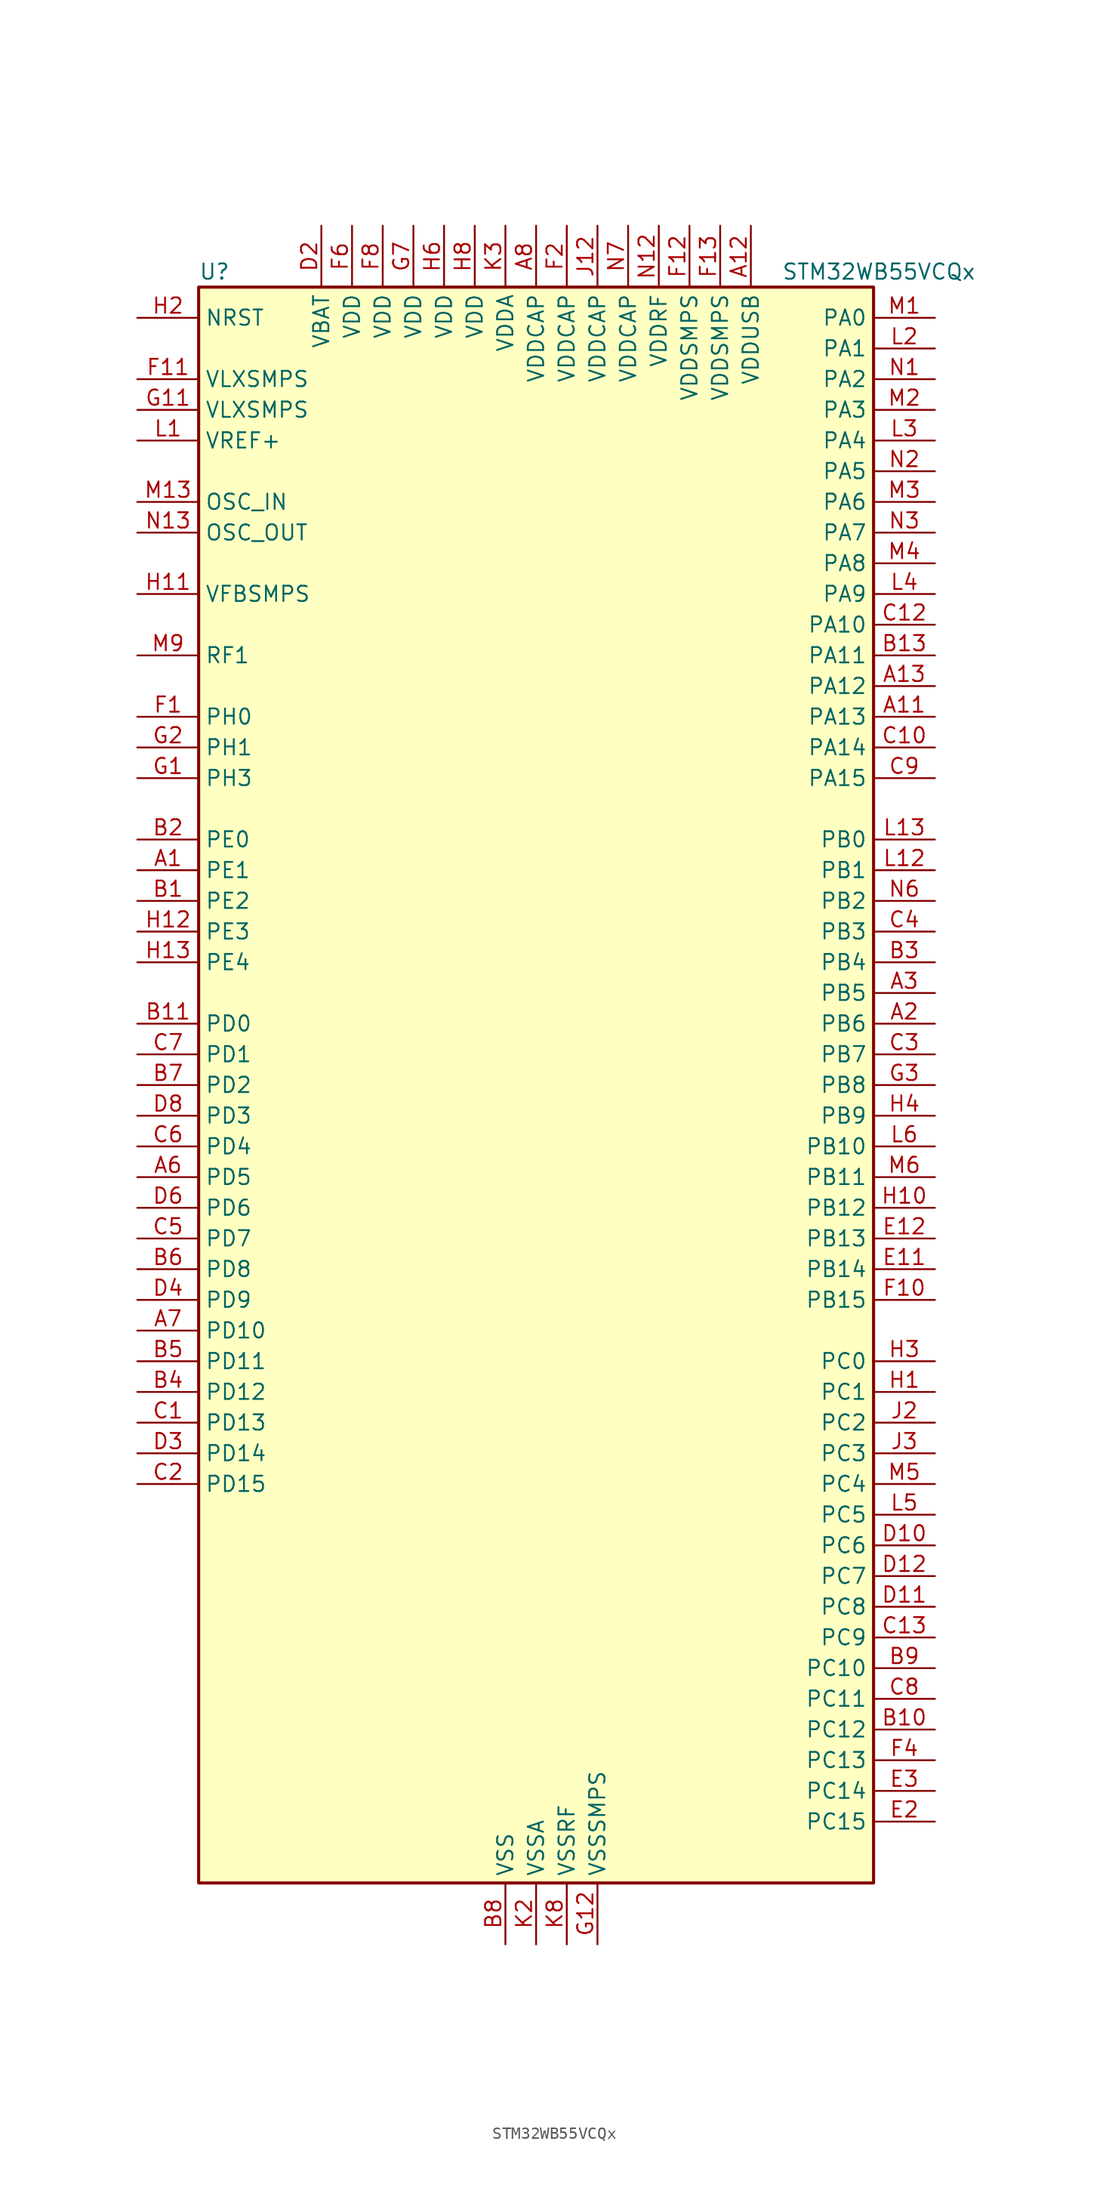
<source format=kicad_sym>
(kicad_symbol_lib
  (version 20220914)
  (generator kicad_symbol_editor)
  (symbol "STM32WB55VCQx"
    (property "Reference" "U"
      (at -27.94 67.31 0)
      (effects (font (size 1.27 1.27)) (justify left)))
    (property "Value" "STM32WB55VCQx"
      (at 20.32 67.31 0)
      (effects (font (size 1.27 1.27)) (justify left)))
    (property "ki_locked" ""
      (at 0 0 0)
      (effects (font (size 1.27 1.27))))
    (symbol "STM32WB55VCQx_0_1"
      (rectangle (start -27.94 -66.04) (end 27.94 66.04) (stroke (width 0.254) (type default)) (fill (type background))))
    (symbol "STM32WB55VCQx_1_1"
      (pin bidirectional line (at -33.02 17.78 0) (length 5.08) (name "PE1" (effects (font (size 1.27 1.27)))) (number "A1" (effects (font (size 1.27 1.27)))) (alternate "LCD_SEG37" bidirectional line) (alternate "TIM17_CH1" bidirectional line) (alternate "TSC_G7_IO2" bidirectional line))
      (pin bidirectional line (at 33.02 30.48 180) (length 5.08) (name "PA13" (effects (font (size 1.27 1.27)))) (number "A11" (effects (font (size 1.27 1.27)))) (alternate "IR_OUT" bidirectional line) (alternate "SAI1_SD_B" bidirectional line) (alternate "SYS_JTMS-SWDIO" bidirectional line) (alternate "USB_NOE" bidirectional line))
      (pin power_in line (at 17.78 71.12 270) (length 5.08) (name "VDDUSB" (effects (font (size 1.27 1.27)))) (number "A12" (effects (font (size 1.27 1.27)))))
      (pin bidirectional line (at 33.02 33.02 180) (length 5.08) (name "PA12" (effects (font (size 1.27 1.27)))) (number "A13" (effects (font (size 1.27 1.27)))) (alternate "LPUART1_RX" bidirectional line) (alternate "SPI1_MOSI" bidirectional line) (alternate "TIM1_ETR" bidirectional line) (alternate "USART1_DE" bidirectional line) (alternate "USART1_RTS" bidirectional line) (alternate "USB_DP" bidirectional line))
      (pin bidirectional line (at 33.02 5.08 180) (length 5.08) (name "PB6" (effects (font (size 1.27 1.27)))) (number "A2" (effects (font (size 1.27 1.27)))) (alternate "COMP2_INP" bidirectional line) (alternate "I2C1_SCL" bidirectional line) (alternate "LCD_SEG6" bidirectional line) (alternate "LPTIM1_ETR" bidirectional line) (alternate "RCC_MCO" bidirectional line) (alternate "SAI1_FS_B" bidirectional line) (alternate "TIM16_CH1N" bidirectional line) (alternate "TSC_G2_IO3" bidirectional line) (alternate "USART1_TX" bidirectional line))
      (pin bidirectional line (at 33.02 7.62 180) (length 5.08) (name "PB5" (effects (font (size 1.27 1.27)))) (number "A3" (effects (font (size 1.27 1.27)))) (alternate "COMP2_OUT" bidirectional line) (alternate "I2C1_SMBA" bidirectional line) (alternate "LCD_SEG9" bidirectional line) (alternate "LPTIM1_IN1" bidirectional line) (alternate "LPUART1_TX" bidirectional line) (alternate "SAI1_SD_B" bidirectional line) (alternate "SPI1_MOSI" bidirectional line) (alternate "TIM16_BKIN" bidirectional line) (alternate "TSC_G2_IO2" bidirectional line) (alternate "USART1_CK" bidirectional line))
      (pin bidirectional line (at -33.02 -7.62 0) (length 5.08) (name "PD5" (effects (font (size 1.27 1.27)))) (number "A6" (effects (font (size 1.27 1.27)))) (alternate "QUADSPI_BK1_IO1" bidirectional line) (alternate "SAI1_MCLK_B" bidirectional line) (alternate "TSC_G5_IO2" bidirectional line))
      (pin bidirectional line (at -33.02 -20.32 0) (length 5.08) (name "PD10" (effects (font (size 1.27 1.27)))) (number "A7" (effects (font (size 1.27 1.27)))) (alternate "LCD_SEG30" bidirectional line) (alternate "SYS_TRIG_INOUT" bidirectional line) (alternate "TSC_G6_IO1" bidirectional line))
      (pin power_in line (at 0 71.12 270) (length 5.08) (name "VDDCAP" (effects (font (size 1.27 1.27)))) (number "A8" (effects (font (size 1.27 1.27)))))
      (pin bidirectional line (at -33.02 15.24 0) (length 5.08) (name "PE2" (effects (font (size 1.27 1.27)))) (number "B1" (effects (font (size 1.27 1.27)))) (alternate "LCD_SEG38" bidirectional line) (alternate "SAI1_CK1" bidirectional line) (alternate "SAI1_MCLK_A" bidirectional line) (alternate "SYS_TRACECLK" bidirectional line) (alternate "TSC_G7_IO1" bidirectional line))
      (pin bidirectional line (at 33.02 -53.34 180) (length 5.08) (name "PC12" (effects (font (size 1.27 1.27)))) (number "B10" (effects (font (size 1.27 1.27)))) (alternate "LCD_COM6" bidirectional line) (alternate "LCD_SEG30" bidirectional line) (alternate "LCD_SEG42" bidirectional line) (alternate "RCC_LSCO" bidirectional line) (alternate "RTC_TAMP3" bidirectional line) (alternate "SYS_TRACED3" bidirectional line) (alternate "SYS_WKUP3" bidirectional line) (alternate "TSC_G3_IO4" bidirectional line))
      (pin bidirectional line (at -33.02 5.08 0) (length 5.08) (name "PD0" (effects (font (size 1.27 1.27)))) (number "B11" (effects (font (size 1.27 1.27)))) (alternate "SPI2_NSS" bidirectional line))
      (pin passive line (at -2.54 -71.12 90) (length 5.08) hide (name "VSS" (effects (font (size 1.27 1.27)))) (number "B12" (effects (font (size 1.27 1.27)))))
      (pin bidirectional line (at 33.02 35.56 180) (length 5.08) (name "PA11" (effects (font (size 1.27 1.27)))) (number "B13" (effects (font (size 1.27 1.27)))) (alternate "ADC1_EXTI11" bidirectional line) (alternate "SPI1_MISO" bidirectional line) (alternate "TIM1_BKIN2" bidirectional line) (alternate "TIM1_CH4" bidirectional line) (alternate "USART1_CTS" bidirectional line) (alternate "USART1_NSS" bidirectional line) (alternate "USB_DM" bidirectional line))
      (pin bidirectional line (at -33.02 20.32 0) (length 5.08) (name "PE0" (effects (font (size 1.27 1.27)))) (number "B2" (effects (font (size 1.27 1.27)))) (alternate "LCD_SEG36" bidirectional line) (alternate "TIM16_CH1" bidirectional line) (alternate "TIM1_ETR" bidirectional line) (alternate "TSC_G7_IO3" bidirectional line))
      (pin bidirectional line (at 33.02 10.16 180) (length 5.08) (name "PB4" (effects (font (size 1.27 1.27)))) (number "B3" (effects (font (size 1.27 1.27)))) (alternate "COMP2_INP" bidirectional line) (alternate "I2C3_SDA" bidirectional line) (alternate "LCD_SEG8" bidirectional line) (alternate "SAI1_MCLK_B" bidirectional line) (alternate "SPI1_MISO" bidirectional line) (alternate "SYS_JTRST" bidirectional line) (alternate "TIM17_BKIN" bidirectional line) (alternate "TSC_G2_IO1" bidirectional line) (alternate "USART1_CTS" bidirectional line) (alternate "USART1_NSS" bidirectional line))
      (pin bidirectional line (at -33.02 -25.4 0) (length 5.08) (name "PD12" (effects (font (size 1.27 1.27)))) (number "B4" (effects (font (size 1.27 1.27)))) (alternate "LCD_SEG32" bidirectional line) (alternate "LPTIM2_IN1" bidirectional line) (alternate "TSC_G6_IO3" bidirectional line))
      (pin bidirectional line (at -33.02 -22.86 0) (length 5.08) (name "PD11" (effects (font (size 1.27 1.27)))) (number "B5" (effects (font (size 1.27 1.27)))) (alternate "ADC1_EXTI11" bidirectional line) (alternate "LCD_SEG31" bidirectional line) (alternate "LPTIM2_ETR" bidirectional line) (alternate "TSC_G6_IO2" bidirectional line))
      (pin bidirectional line (at -33.02 -15.24 0) (length 5.08) (name "PD8" (effects (font (size 1.27 1.27)))) (number "B6" (effects (font (size 1.27 1.27)))) (alternate "LCD_SEG28" bidirectional line) (alternate "TIM1_BKIN2" bidirectional line))
      (pin bidirectional line (at -33.02 0 0) (length 5.08) (name "PD2" (effects (font (size 1.27 1.27)))) (number "B7" (effects (font (size 1.27 1.27)))) (alternate "LCD_COM7" bidirectional line) (alternate "LCD_SEG31" bidirectional line) (alternate "LCD_SEG43" bidirectional line) (alternate "SYS_TRACED2" bidirectional line) (alternate "TSC_SYNC" bidirectional line))
      (pin power_in line (at -2.54 -71.12 90) (length 5.08) (name "VSS" (effects (font (size 1.27 1.27)))) (number "B8" (effects (font (size 1.27 1.27)))))
      (pin bidirectional line (at 33.02 -48.26 180) (length 5.08) (name "PC10" (effects (font (size 1.27 1.27)))) (number "B9" (effects (font (size 1.27 1.27)))) (alternate "LCD_COM4" bidirectional line) (alternate "LCD_SEG28" bidirectional line) (alternate "LCD_SEG40" bidirectional line) (alternate "SYS_TRACED1" bidirectional line) (alternate "TSC_G3_IO2" bidirectional line))
      (pin bidirectional line (at -33.02 -27.94 0) (length 5.08) (name "PD13" (effects (font (size 1.27 1.27)))) (number "C1" (effects (font (size 1.27 1.27)))) (alternate "LCD_SEG33" bidirectional line) (alternate "LPTIM2_OUT" bidirectional line) (alternate "TSC_G6_IO4" bidirectional line))
      (pin bidirectional line (at 33.02 27.94 180) (length 5.08) (name "PA14" (effects (font (size 1.27 1.27)))) (number "C10" (effects (font (size 1.27 1.27)))) (alternate "I2C1_SMBA" bidirectional line) (alternate "LCD_SEG5" bidirectional line) (alternate "LPTIM1_OUT" bidirectional line) (alternate "SAI1_FS_B" bidirectional line) (alternate "SYS_JTCK-SWCLK" bidirectional line))
      (pin passive line (at -2.54 -71.12 90) (length 5.08) hide (name "VSS" (effects (font (size 1.27 1.27)))) (number "C11" (effects (font (size 1.27 1.27)))))
      (pin bidirectional line (at 33.02 38.1 180) (length 5.08) (name "PA10" (effects (font (size 1.27 1.27)))) (number "C12" (effects (font (size 1.27 1.27)))) (alternate "CRS_SYNC" bidirectional line) (alternate "I2C1_SDA" bidirectional line) (alternate "LCD_COM2" bidirectional line) (alternate "SAI1_D1" bidirectional line) (alternate "SAI1_SD_A" bidirectional line) (alternate "TIM17_BKIN" bidirectional line) (alternate "TIM1_CH3" bidirectional line) (alternate "USART1_RX" bidirectional line))
      (pin bidirectional line (at 33.02 -45.72 180) (length 5.08) (name "PC9" (effects (font (size 1.27 1.27)))) (number "C13" (effects (font (size 1.27 1.27)))) (alternate "LCD_SEG27" bidirectional line) (alternate "SAI1_SCK_B" bidirectional line) (alternate "TIM1_BKIN" bidirectional line) (alternate "TSC_G4_IO4" bidirectional line) (alternate "USB_NOE" bidirectional line))
      (pin bidirectional line (at -33.02 -33.02 0) (length 5.08) (name "PD15" (effects (font (size 1.27 1.27)))) (number "C2" (effects (font (size 1.27 1.27)))) (alternate "ADC1_EXTI15" bidirectional line) (alternate "LCD_SEG35" bidirectional line) (alternate "TIM1_CH2" bidirectional line))
      (pin bidirectional line (at 33.02 2.54 180) (length 5.08) (name "PB7" (effects (font (size 1.27 1.27)))) (number "C3" (effects (font (size 1.27 1.27)))) (alternate "COMP2_INM" bidirectional line) (alternate "I2C1_SDA" bidirectional line) (alternate "LCD_SEG21" bidirectional line) (alternate "LPTIM1_IN2" bidirectional line) (alternate "SYS_PVD_IN" bidirectional line) (alternate "TIM17_CH1N" bidirectional line) (alternate "TIM1_BKIN" bidirectional line) (alternate "TSC_G2_IO4" bidirectional line) (alternate "USART1_RX" bidirectional line))
      (pin bidirectional line (at 33.02 12.7 180) (length 5.08) (name "PB3" (effects (font (size 1.27 1.27)))) (number "C4" (effects (font (size 1.27 1.27)))) (alternate "COMP2_INM" bidirectional line) (alternate "LCD_SEG7" bidirectional line) (alternate "SAI1_SCK_B" bidirectional line) (alternate "SPI1_SCK" bidirectional line) (alternate "SYS_JTDO-SWO" bidirectional line) (alternate "TIM2_CH2" bidirectional line) (alternate "USART1_DE" bidirectional line) (alternate "USART1_RTS" bidirectional line))
      (pin bidirectional line (at -33.02 -12.7 0) (length 5.08) (name "PD7" (effects (font (size 1.27 1.27)))) (number "C5" (effects (font (size 1.27 1.27)))) (alternate "LCD_SEG39" bidirectional line) (alternate "QUADSPI_BK1_IO3" bidirectional line) (alternate "TSC_G5_IO4" bidirectional line))
      (pin bidirectional line (at -33.02 -5.08 0) (length 5.08) (name "PD4" (effects (font (size 1.27 1.27)))) (number "C6" (effects (font (size 1.27 1.27)))) (alternate "QUADSPI_BK1_IO0" bidirectional line) (alternate "SPI2_MOSI" bidirectional line) (alternate "TSC_G5_IO1" bidirectional line))
      (pin bidirectional line (at -33.02 2.54 0) (length 5.08) (name "PD1" (effects (font (size 1.27 1.27)))) (number "C7" (effects (font (size 1.27 1.27)))) (alternate "SPI2_SCK" bidirectional line))
      (pin bidirectional line (at 33.02 -50.8 180) (length 5.08) (name "PC11" (effects (font (size 1.27 1.27)))) (number "C8" (effects (font (size 1.27 1.27)))) (alternate "ADC1_EXTI11" bidirectional line) (alternate "LCD_COM5" bidirectional line) (alternate "LCD_SEG29" bidirectional line) (alternate "LCD_SEG41" bidirectional line) (alternate "TSC_G3_IO3" bidirectional line))
      (pin bidirectional line (at 33.02 25.4 180) (length 5.08) (name "PA15" (effects (font (size 1.27 1.27)))) (number "C9" (effects (font (size 1.27 1.27)))) (alternate "ADC1_EXTI15" bidirectional line) (alternate "LCD_SEG17" bidirectional line) (alternate "RCC_MCO" bidirectional line) (alternate "SPI1_NSS" bidirectional line) (alternate "SYS_JTDI" bidirectional line) (alternate "TIM2_CH1" bidirectional line) (alternate "TIM2_ETR" bidirectional line) (alternate "TSC_G3_IO1" bidirectional line))
      (pin bidirectional line (at 33.02 -38.1 180) (length 5.08) (name "PC6" (effects (font (size 1.27 1.27)))) (number "D10" (effects (font (size 1.27 1.27)))) (alternate "LCD_SEG24" bidirectional line) (alternate "TSC_G4_IO1" bidirectional line))
      (pin bidirectional line (at 33.02 -43.18 180) (length 5.08) (name "PC8" (effects (font (size 1.27 1.27)))) (number "D11" (effects (font (size 1.27 1.27)))) (alternate "LCD_SEG26" bidirectional line) (alternate "TSC_G4_IO3" bidirectional line))
      (pin bidirectional line (at 33.02 -40.64 180) (length 5.08) (name "PC7" (effects (font (size 1.27 1.27)))) (number "D12" (effects (font (size 1.27 1.27)))) (alternate "LCD_SEG25" bidirectional line) (alternate "TSC_G4_IO2" bidirectional line))
      (pin power_in line (at -17.78 71.12 270) (length 5.08) (name "VBAT" (effects (font (size 1.27 1.27)))) (number "D2" (effects (font (size 1.27 1.27)))))
      (pin bidirectional line (at -33.02 -30.48 0) (length 5.08) (name "PD14" (effects (font (size 1.27 1.27)))) (number "D3" (effects (font (size 1.27 1.27)))) (alternate "LCD_SEG34" bidirectional line) (alternate "TIM1_CH1" bidirectional line))
      (pin bidirectional line (at -33.02 -17.78 0) (length 5.08) (name "PD9" (effects (font (size 1.27 1.27)))) (number "D4" (effects (font (size 1.27 1.27)))) (alternate "LCD_SEG29" bidirectional line) (alternate "SYS_TRACED0" bidirectional line))
      (pin bidirectional line (at -33.02 -10.16 0) (length 5.08) (name "PD6" (effects (font (size 1.27 1.27)))) (number "D6" (effects (font (size 1.27 1.27)))) (alternate "QUADSPI_BK1_IO2" bidirectional line) (alternate "SAI1_D1" bidirectional line) (alternate "SAI1_SD_A" bidirectional line) (alternate "TSC_G5_IO3" bidirectional line))
      (pin bidirectional line (at -33.02 -2.54 0) (length 5.08) (name "PD3" (effects (font (size 1.27 1.27)))) (number "D8" (effects (font (size 1.27 1.27)))) (alternate "QUADSPI_BK1_NCS" bidirectional line) (alternate "SPI2_MISO" bidirectional line) (alternate "SPI2_SCK" bidirectional line))
      (pin bidirectional line (at 33.02 -15.24 180) (length 5.08) (name "PB14" (effects (font (size 1.27 1.27)))) (number "E11" (effects (font (size 1.27 1.27)))) (alternate "I2C3_SDA" bidirectional line) (alternate "LCD_SEG14" bidirectional line) (alternate "SAI1_MCLK_A" bidirectional line) (alternate "SPI2_MISO" bidirectional line) (alternate "TIM1_CH2N" bidirectional line) (alternate "TSC_G1_IO3" bidirectional line))
      (pin bidirectional line (at 33.02 -12.7 180) (length 5.08) (name "PB13" (effects (font (size 1.27 1.27)))) (number "E12" (effects (font (size 1.27 1.27)))) (alternate "I2C3_SCL" bidirectional line) (alternate "LCD_SEG13" bidirectional line) (alternate "LPUART1_CTS" bidirectional line) (alternate "SAI1_SCK_A" bidirectional line) (alternate "SPI2_SCK" bidirectional line) (alternate "TIM1_CH1N" bidirectional line) (alternate "TSC_G1_IO2" bidirectional line))
      (pin bidirectional line (at 33.02 -60.96 180) (length 5.08) (name "PC15" (effects (font (size 1.27 1.27)))) (number "E2" (effects (font (size 1.27 1.27)))) (alternate "ADC1_EXTI15" bidirectional line) (alternate "RCC_OSC32_OUT" bidirectional line))
      (pin bidirectional line (at 33.02 -58.42 180) (length 5.08) (name "PC14" (effects (font (size 1.27 1.27)))) (number "E3" (effects (font (size 1.27 1.27)))) (alternate "RCC_OSC32_IN" bidirectional line))
      (pin passive line (at -2.54 -71.12 90) (length 5.08) hide (name "VSS" (effects (font (size 1.27 1.27)))) (number "E5" (effects (font (size 1.27 1.27)))))
      (pin passive line (at -2.54 -71.12 90) (length 5.08) hide (name "VSS" (effects (font (size 1.27 1.27)))) (number "E7" (effects (font (size 1.27 1.27)))))
      (pin passive line (at -2.54 -71.12 90) (length 5.08) hide (name "VSS" (effects (font (size 1.27 1.27)))) (number "E9" (effects (font (size 1.27 1.27)))))
      (pin bidirectional line (at -33.02 30.48 0) (length 5.08) (name "PH0" (effects (font (size 1.27 1.27)))) (number "F1" (effects (font (size 1.27 1.27)))))
      (pin bidirectional line (at 33.02 -17.78 180) (length 5.08) (name "PB15" (effects (font (size 1.27 1.27)))) (number "F10" (effects (font (size 1.27 1.27)))) (alternate "ADC1_EXTI15" bidirectional line) (alternate "LCD_SEG15" bidirectional line) (alternate "RTC_REFIN" bidirectional line) (alternate "SAI1_SD_A" bidirectional line) (alternate "SPI2_MOSI" bidirectional line) (alternate "TIM1_CH3N" bidirectional line) (alternate "TSC_G1_IO4" bidirectional line))
      (pin power_in line (at -33.02 58.42 0) (length 5.08) (name "VLXSMPS" (effects (font (size 1.27 1.27)))) (number "F11" (effects (font (size 1.27 1.27)))))
      (pin power_in line (at 12.7 71.12 270) (length 5.08) (name "VDDSMPS" (effects (font (size 1.27 1.27)))) (number "F12" (effects (font (size 1.27 1.27)))))
      (pin power_in line (at 15.24 71.12 270) (length 5.08) (name "VDDSMPS" (effects (font (size 1.27 1.27)))) (number "F13" (effects (font (size 1.27 1.27)))))
      (pin power_in line (at 2.54 71.12 270) (length 5.08) (name "VDDCAP" (effects (font (size 1.27 1.27)))) (number "F2" (effects (font (size 1.27 1.27)))))
      (pin passive line (at -2.54 -71.12 90) (length 5.08) hide (name "VSS" (effects (font (size 1.27 1.27)))) (number "F3" (effects (font (size 1.27 1.27)))))
      (pin bidirectional line (at 33.02 -55.88 180) (length 5.08) (name "PC13" (effects (font (size 1.27 1.27)))) (number "F4" (effects (font (size 1.27 1.27)))) (alternate "RTC_OUT1" bidirectional line) (alternate "RTC_TAMP1" bidirectional line) (alternate "RTC_TS" bidirectional line) (alternate "SYS_WKUP2" bidirectional line))
      (pin power_in line (at -15.24 71.12 270) (length 5.08) (name "VDD" (effects (font (size 1.27 1.27)))) (number "F6" (effects (font (size 1.27 1.27)))))
      (pin power_in line (at -12.7 71.12 270) (length 5.08) (name "VDD" (effects (font (size 1.27 1.27)))) (number "F8" (effects (font (size 1.27 1.27)))))
      (pin bidirectional line (at -33.02 25.4 0) (length 5.08) (name "PH3" (effects (font (size 1.27 1.27)))) (number "G1" (effects (font (size 1.27 1.27)))) (alternate "RCC_LSCO" bidirectional line))
      (pin power_in line (at -33.02 55.88 0) (length 5.08) (name "VLXSMPS" (effects (font (size 1.27 1.27)))) (number "G11" (effects (font (size 1.27 1.27)))))
      (pin power_in line (at 5.08 -71.12 90) (length 5.08) (name "VSSSMPS" (effects (font (size 1.27 1.27)))) (number "G12" (effects (font (size 1.27 1.27)))))
      (pin passive line (at 5.08 -71.12 90) (length 5.08) hide (name "VSSSMPS" (effects (font (size 1.27 1.27)))) (number "G13" (effects (font (size 1.27 1.27)))))
      (pin bidirectional line (at -33.02 27.94 0) (length 5.08) (name "PH1" (effects (font (size 1.27 1.27)))) (number "G2" (effects (font (size 1.27 1.27)))))
      (pin bidirectional line (at 33.02 0 180) (length 5.08) (name "PB8" (effects (font (size 1.27 1.27)))) (number "G3" (effects (font (size 1.27 1.27)))) (alternate "I2C1_SCL" bidirectional line) (alternate "LCD_SEG16" bidirectional line) (alternate "QUADSPI_BK1_IO1" bidirectional line) (alternate "SAI1_CK1" bidirectional line) (alternate "SAI1_MCLK_A" bidirectional line) (alternate "TIM16_CH1" bidirectional line) (alternate "TIM1_CH2N" bidirectional line))
      (pin passive line (at -2.54 -71.12 90) (length 5.08) hide (name "VSS" (effects (font (size 1.27 1.27)))) (number "G5" (effects (font (size 1.27 1.27)))))
      (pin power_in line (at -10.16 71.12 270) (length 5.08) (name "VDD" (effects (font (size 1.27 1.27)))) (number "G7" (effects (font (size 1.27 1.27)))))
      (pin passive line (at -2.54 -71.12 90) (length 5.08) hide (name "VSS" (effects (font (size 1.27 1.27)))) (number "G9" (effects (font (size 1.27 1.27)))))
      (pin bidirectional line (at 33.02 -25.4 180) (length 5.08) (name "PC1" (effects (font (size 1.27 1.27)))) (number "H1" (effects (font (size 1.27 1.27)))) (alternate "ADC1_IN2" bidirectional line) (alternate "I2C3_SDA" bidirectional line) (alternate "LCD_SEG19" bidirectional line) (alternate "LPTIM1_OUT" bidirectional line) (alternate "LPUART1_TX" bidirectional line) (alternate "SPI2_MOSI" bidirectional line))
      (pin bidirectional line (at 33.02 -10.16 180) (length 5.08) (name "PB12" (effects (font (size 1.27 1.27)))) (number "H10" (effects (font (size 1.27 1.27)))) (alternate "I2C3_SMBA" bidirectional line) (alternate "LCD_SEG12" bidirectional line) (alternate "LPUART1_DE" bidirectional line) (alternate "LPUART1_RTS" bidirectional line) (alternate "SAI1_FS_A" bidirectional line) (alternate "SPI2_NSS" bidirectional line) (alternate "TIM1_BKIN" bidirectional line) (alternate "TSC_G1_IO1" bidirectional line))
      (pin input line (at -33.02 40.64 0) (length 5.08) (name "VFBSMPS" (effects (font (size 1.27 1.27)))) (number "H11" (effects (font (size 1.27 1.27)))))
      (pin bidirectional line (at -33.02 12.7 0) (length 5.08) (name "PE3" (effects (font (size 1.27 1.27)))) (number "H12" (effects (font (size 1.27 1.27)))))
      (pin bidirectional line (at -33.02 10.16 0) (length 5.08) (name "PE4" (effects (font (size 1.27 1.27)))) (number "H13" (effects (font (size 1.27 1.27)))))
      (pin input line (at -33.02 63.5 0) (length 5.08) (name "NRST" (effects (font (size 1.27 1.27)))) (number "H2" (effects (font (size 1.27 1.27)))))
      (pin bidirectional line (at 33.02 -22.86 180) (length 5.08) (name "PC0" (effects (font (size 1.27 1.27)))) (number "H3" (effects (font (size 1.27 1.27)))) (alternate "ADC1_IN1" bidirectional line) (alternate "I2C3_SCL" bidirectional line) (alternate "LCD_SEG18" bidirectional line) (alternate "LPTIM1_IN1" bidirectional line) (alternate "LPTIM2_IN1" bidirectional line) (alternate "LPUART1_RX" bidirectional line))
      (pin bidirectional line (at 33.02 -2.54 180) (length 5.08) (name "PB9" (effects (font (size 1.27 1.27)))) (number "H4" (effects (font (size 1.27 1.27)))) (alternate "I2C1_SDA" bidirectional line) (alternate "IR_OUT" bidirectional line) (alternate "LCD_COM3" bidirectional line) (alternate "QUADSPI_BK1_IO0" bidirectional line) (alternate "SAI1_D2" bidirectional line) (alternate "SAI1_FS_A" bidirectional line) (alternate "SPI2_NSS" bidirectional line) (alternate "TIM17_CH1" bidirectional line) (alternate "TIM1_CH3N" bidirectional line) (alternate "TSC_G7_IO4" bidirectional line))
      (pin power_in line (at -7.62 71.12 270) (length 5.08) (name "VDD" (effects (font (size 1.27 1.27)))) (number "H6" (effects (font (size 1.27 1.27)))))
      (pin power_in line (at -5.08 71.12 270) (length 5.08) (name "VDD" (effects (font (size 1.27 1.27)))) (number "H8" (effects (font (size 1.27 1.27)))))
      (pin passive line (at -2.54 -71.12 90) (length 5.08) hide (name "VSS" (effects (font (size 1.27 1.27)))) (number "J11" (effects (font (size 1.27 1.27)))))
      (pin power_in line (at 5.08 71.12 270) (length 5.08) (name "VDDCAP" (effects (font (size 1.27 1.27)))) (number "J12" (effects (font (size 1.27 1.27)))))
      (pin bidirectional line (at 33.02 -27.94 180) (length 5.08) (name "PC2" (effects (font (size 1.27 1.27)))) (number "J2" (effects (font (size 1.27 1.27)))) (alternate "ADC1_IN3" bidirectional line) (alternate "LCD_SEG20" bidirectional line) (alternate "LPTIM1_IN2" bidirectional line) (alternate "SPI2_MISO" bidirectional line))
      (pin bidirectional line (at 33.02 -30.48 180) (length 5.08) (name "PC3" (effects (font (size 1.27 1.27)))) (number "J3" (effects (font (size 1.27 1.27)))) (alternate "ADC1_IN4" bidirectional line) (alternate "LCD_VLCD" bidirectional line) (alternate "LPTIM1_ETR" bidirectional line) (alternate "LPTIM2_ETR" bidirectional line) (alternate "SAI1_D1" bidirectional line) (alternate "SAI1_SD_A" bidirectional line) (alternate "SPI2_MOSI" bidirectional line))
      (pin passive line (at -2.54 -71.12 90) (length 5.08) hide (name "VSS" (effects (font (size 1.27 1.27)))) (number "J5" (effects (font (size 1.27 1.27)))))
      (pin passive line (at -2.54 -71.12 90) (length 5.08) hide (name "VSS" (effects (font (size 1.27 1.27)))) (number "J7" (effects (font (size 1.27 1.27)))))
      (pin passive line (at -2.54 -71.12 90) (length 5.08) hide (name "VSS" (effects (font (size 1.27 1.27)))) (number "J9" (effects (font (size 1.27 1.27)))))
      (pin passive line (at 2.54 -71.12 90) (length 5.08) hide (name "VSSRF" (effects (font (size 1.27 1.27)))) (number "K10" (effects (font (size 1.27 1.27)))))
      (pin no_connect line (at -27.94 -66.04 0) (length 5.08) hide (name "AT0" (effects (font (size 1.27 1.27)))) (number "K11" (effects (font (size 1.27 1.27)))))
      (pin no_connect line (at -27.94 -63.5 0) (length 5.08) hide (name "AT1" (effects (font (size 1.27 1.27)))) (number "K12" (effects (font (size 1.27 1.27)))))
      (pin power_in line (at 0 -71.12 90) (length 5.08) (name "VSSA" (effects (font (size 1.27 1.27)))) (number "K2" (effects (font (size 1.27 1.27)))))
      (pin power_in line (at -2.54 71.12 270) (length 5.08) (name "VDDA" (effects (font (size 1.27 1.27)))) (number "K3" (effects (font (size 1.27 1.27)))))
      (pin passive line (at -2.54 -71.12 90) (length 5.08) hide (name "VSS" (effects (font (size 1.27 1.27)))) (number "K4" (effects (font (size 1.27 1.27)))))
      (pin passive line (at -2.54 -71.12 90) (length 5.08) hide (name "VSS" (effects (font (size 1.27 1.27)))) (number "K6" (effects (font (size 1.27 1.27)))))
      (pin power_in line (at 2.54 -71.12 90) (length 5.08) (name "VSSRF" (effects (font (size 1.27 1.27)))) (number "K8" (effects (font (size 1.27 1.27)))))
      (pin input line (at -33.02 53.34 0) (length 5.08) (name "VREF+" (effects (font (size 1.27 1.27)))) (number "L1" (effects (font (size 1.27 1.27)))) (alternate "VREFBUF_OUT" bidirectional line))
      (pin passive line (at 2.54 -71.12 90) (length 5.08) hide (name "VSSRF" (effects (font (size 1.27 1.27)))) (number "L10" (effects (font (size 1.27 1.27)))))
      (pin passive line (at 2.54 -71.12 90) (length 5.08) hide (name "VSSRF" (effects (font (size 1.27 1.27)))) (number "L11" (effects (font (size 1.27 1.27)))))
      (pin bidirectional line (at 33.02 17.78 180) (length 5.08) (name "PB1" (effects (font (size 1.27 1.27)))) (number "L12" (effects (font (size 1.27 1.27)))) (alternate "LPTIM2_IN1" bidirectional line) (alternate "LPUART1_DE" bidirectional line) (alternate "LPUART1_RTS" bidirectional line))
      (pin bidirectional line (at 33.02 20.32 180) (length 5.08) (name "PB0" (effects (font (size 1.27 1.27)))) (number "L13" (effects (font (size 1.27 1.27)))) (alternate "COMP1_OUT" bidirectional line) (alternate "RF_TX_MOD_EXT_PA" bidirectional line))
      (pin bidirectional line (at 33.02 60.96 180) (length 5.08) (name "PA1" (effects (font (size 1.27 1.27)))) (number "L2" (effects (font (size 1.27 1.27)))) (alternate "ADC1_IN6" bidirectional line) (alternate "COMP1_INP" bidirectional line) (alternate "I2C1_SMBA" bidirectional line) (alternate "LCD_SEG0" bidirectional line) (alternate "SPI1_SCK" bidirectional line) (alternate "TIM2_CH2" bidirectional line))
      (pin bidirectional line (at 33.02 53.34 180) (length 5.08) (name "PA4" (effects (font (size 1.27 1.27)))) (number "L3" (effects (font (size 1.27 1.27)))) (alternate "ADC1_IN9" bidirectional line) (alternate "COMP1_INM" bidirectional line) (alternate "COMP2_INM" bidirectional line) (alternate "LCD_SEG5" bidirectional line) (alternate "LPTIM2_OUT" bidirectional line) (alternate "SAI1_FS_B" bidirectional line) (alternate "SPI1_NSS" bidirectional line))
      (pin bidirectional line (at 33.02 40.64 180) (length 5.08) (name "PA9" (effects (font (size 1.27 1.27)))) (number "L4" (effects (font (size 1.27 1.27)))) (alternate "ADC1_IN16" bidirectional line) (alternate "COMP1_INM" bidirectional line) (alternate "I2C1_SCL" bidirectional line) (alternate "LCD_COM1" bidirectional line) (alternate "SAI1_D2" bidirectional line) (alternate "SAI1_FS_A" bidirectional line) (alternate "SPI2_SCK" bidirectional line) (alternate "TIM1_CH2" bidirectional line) (alternate "USART1_TX" bidirectional line))
      (pin bidirectional line (at 33.02 -35.56 180) (length 5.08) (name "PC5" (effects (font (size 1.27 1.27)))) (number "L5" (effects (font (size 1.27 1.27)))) (alternate "ADC1_IN14" bidirectional line) (alternate "COMP1_INP" bidirectional line) (alternate "LCD_SEG23" bidirectional line) (alternate "SAI1_D3" bidirectional line) (alternate "SYS_WKUP5" bidirectional line))
      (pin bidirectional line (at 33.02 -5.08 180) (length 5.08) (name "PB10" (effects (font (size 1.27 1.27)))) (number "L6" (effects (font (size 1.27 1.27)))) (alternate "COMP1_OUT" bidirectional line) (alternate "I2C3_SCL" bidirectional line) (alternate "LCD_SEG10" bidirectional line) (alternate "LPUART1_RX" bidirectional line) (alternate "QUADSPI_CLK" bidirectional line) (alternate "SAI1_SCK_A" bidirectional line) (alternate "SPI2_SCK" bidirectional line) (alternate "TIM2_CH3" bidirectional line) (alternate "TSC_SYNC" bidirectional line))
      (pin passive line (at 2.54 -71.12 90) (length 5.08) hide (name "VSSRF" (effects (font (size 1.27 1.27)))) (number "L7" (effects (font (size 1.27 1.27)))))
      (pin passive line (at 2.54 -71.12 90) (length 5.08) hide (name "VSSRF" (effects (font (size 1.27 1.27)))) (number "L8" (effects (font (size 1.27 1.27)))))
      (pin passive line (at 2.54 -71.12 90) (length 5.08) hide (name "VSSRF" (effects (font (size 1.27 1.27)))) (number "L9" (effects (font (size 1.27 1.27)))))
      (pin bidirectional line (at 33.02 63.5 180) (length 5.08) (name "PA0" (effects (font (size 1.27 1.27)))) (number "M1" (effects (font (size 1.27 1.27)))) (alternate "ADC1_IN5" bidirectional line) (alternate "COMP1_INM" bidirectional line) (alternate "COMP1_OUT" bidirectional line) (alternate "RTC_TAMP2" bidirectional line) (alternate "SAI1_EXTCLK" bidirectional line) (alternate "SYS_WKUP1" bidirectional line) (alternate "TIM2_CH1" bidirectional line) (alternate "TIM2_ETR" bidirectional line))
      (pin passive line (at 2.54 -71.12 90) (length 5.08) hide (name "VSSRF" (effects (font (size 1.27 1.27)))) (number "M10" (effects (font (size 1.27 1.27)))))
      (pin passive line (at 2.54 -71.12 90) (length 5.08) hide (name "VSSRF" (effects (font (size 1.27 1.27)))) (number "M11" (effects (font (size 1.27 1.27)))))
      (pin passive line (at 2.54 -71.12 90) (length 5.08) hide (name "VSSRF" (effects (font (size 1.27 1.27)))) (number "M12" (effects (font (size 1.27 1.27)))))
      (pin input line (at -33.02 48.26 0) (length 5.08) (name "OSC_IN" (effects (font (size 1.27 1.27)))) (number "M13" (effects (font (size 1.27 1.27)))) (alternate "RCC_OSC_IN" bidirectional line))
      (pin bidirectional line (at 33.02 55.88 180) (length 5.08) (name "PA3" (effects (font (size 1.27 1.27)))) (number "M2" (effects (font (size 1.27 1.27)))) (alternate "ADC1_IN8" bidirectional line) (alternate "COMP2_INP" bidirectional line) (alternate "LCD_SEG2" bidirectional line) (alternate "LPUART1_RX" bidirectional line) (alternate "QUADSPI_CLK" bidirectional line) (alternate "SAI1_CK1" bidirectional line) (alternate "SAI1_MCLK_A" bidirectional line) (alternate "TIM2_CH4" bidirectional line))
      (pin bidirectional line (at 33.02 48.26 180) (length 5.08) (name "PA6" (effects (font (size 1.27 1.27)))) (number "M3" (effects (font (size 1.27 1.27)))) (alternate "ADC1_IN11" bidirectional line) (alternate "LCD_SEG3" bidirectional line) (alternate "LPUART1_CTS" bidirectional line) (alternate "QUADSPI_BK1_IO3" bidirectional line) (alternate "SPI1_MISO" bidirectional line) (alternate "TIM16_CH1" bidirectional line) (alternate "TIM1_BKIN" bidirectional line))
      (pin bidirectional line (at 33.02 43.18 180) (length 5.08) (name "PA8" (effects (font (size 1.27 1.27)))) (number "M4" (effects (font (size 1.27 1.27)))) (alternate "ADC1_IN15" bidirectional line) (alternate "LCD_COM0" bidirectional line) (alternate "LPTIM2_OUT" bidirectional line) (alternate "RCC_MCO" bidirectional line) (alternate "SAI1_CK2" bidirectional line) (alternate "SAI1_SCK_A" bidirectional line) (alternate "TIM1_CH1" bidirectional line) (alternate "USART1_CK" bidirectional line))
      (pin bidirectional line (at 33.02 -33.02 180) (length 5.08) (name "PC4" (effects (font (size 1.27 1.27)))) (number "M5" (effects (font (size 1.27 1.27)))) (alternate "ADC1_IN13" bidirectional line) (alternate "COMP1_INM" bidirectional line) (alternate "LCD_SEG22" bidirectional line))
      (pin bidirectional line (at 33.02 -7.62 180) (length 5.08) (name "PB11" (effects (font (size 1.27 1.27)))) (number "M6" (effects (font (size 1.27 1.27)))) (alternate "ADC1_EXTI11" bidirectional line) (alternate "COMP2_OUT" bidirectional line) (alternate "I2C3_SDA" bidirectional line) (alternate "LCD_SEG11" bidirectional line) (alternate "LPUART1_TX" bidirectional line) (alternate "QUADSPI_BK1_NCS" bidirectional line) (alternate "TIM2_CH4" bidirectional line))
      (pin passive line (at -2.54 -71.12 90) (length 5.08) hide (name "VSS" (effects (font (size 1.27 1.27)))) (number "M7" (effects (font (size 1.27 1.27)))))
      (pin passive line (at 2.54 -71.12 90) (length 5.08) hide (name "VSSRF" (effects (font (size 1.27 1.27)))) (number "M8" (effects (font (size 1.27 1.27)))))
      (pin bidirectional line (at -33.02 35.56 0) (length 5.08) (name "RF1" (effects (font (size 1.27 1.27)))) (number "M9" (effects (font (size 1.27 1.27)))) (alternate "RF_RF1" bidirectional line))
      (pin bidirectional line (at 33.02 58.42 180) (length 5.08) (name "PA2" (effects (font (size 1.27 1.27)))) (number "N1" (effects (font (size 1.27 1.27)))) (alternate "ADC1_IN7" bidirectional line) (alternate "COMP2_INM" bidirectional line) (alternate "COMP2_OUT" bidirectional line) (alternate "LCD_SEG1" bidirectional line) (alternate "LPUART1_TX" bidirectional line) (alternate "QUADSPI_BK1_NCS" bidirectional line) (alternate "RCC_LSCO" bidirectional line) (alternate "SYS_WKUP4" bidirectional line) (alternate "TIM2_CH3" bidirectional line))
      (pin passive line (at 2.54 -71.12 90) (length 5.08) hide (name "VSSRF" (effects (font (size 1.27 1.27)))) (number "N11" (effects (font (size 1.27 1.27)))))
      (pin power_in line (at 10.16 71.12 270) (length 5.08) (name "VDDRF" (effects (font (size 1.27 1.27)))) (number "N12" (effects (font (size 1.27 1.27)))))
      (pin input line (at -33.02 45.72 0) (length 5.08) (name "OSC_OUT" (effects (font (size 1.27 1.27)))) (number "N13" (effects (font (size 1.27 1.27)))) (alternate "RCC_OSC_OUT" bidirectional line))
      (pin bidirectional line (at 33.02 50.8 180) (length 5.08) (name "PA5" (effects (font (size 1.27 1.27)))) (number "N2" (effects (font (size 1.27 1.27)))) (alternate "ADC1_IN10" bidirectional line) (alternate "COMP1_INM" bidirectional line) (alternate "COMP2_INM" bidirectional line) (alternate "LPTIM2_ETR" bidirectional line) (alternate "SAI1_SD_B" bidirectional line) (alternate "SPI1_SCK" bidirectional line) (alternate "TIM2_CH1" bidirectional line) (alternate "TIM2_ETR" bidirectional line))
      (pin bidirectional line (at 33.02 45.72 180) (length 5.08) (name "PA7" (effects (font (size 1.27 1.27)))) (number "N3" (effects (font (size 1.27 1.27)))) (alternate "ADC1_IN12" bidirectional line) (alternate "COMP2_OUT" bidirectional line) (alternate "I2C3_SCL" bidirectional line) (alternate "LCD_SEG4" bidirectional line) (alternate "QUADSPI_BK1_IO2" bidirectional line) (alternate "SPI1_MOSI" bidirectional line) (alternate "TIM17_CH1" bidirectional line) (alternate "TIM1_CH1N" bidirectional line))
      (pin bidirectional line (at 33.02 15.24 180) (length 5.08) (name "PB2" (effects (font (size 1.27 1.27)))) (number "N6" (effects (font (size 1.27 1.27)))) (alternate "COMP1_INP" bidirectional line) (alternate "I2C3_SMBA" bidirectional line) (alternate "LCD_VLCD" bidirectional line) (alternate "LPTIM1_OUT" bidirectional line) (alternate "RTC_OUT2" bidirectional line) (alternate "SAI1_EXTCLK" bidirectional line) (alternate "SPI1_NSS" bidirectional line))
      (pin power_in line (at 7.62 71.12 270) (length 5.08) (name "VDDCAP" (effects (font (size 1.27 1.27)))) (number "N7" (effects (font (size 1.27 1.27)))))
      (pin passive line (at 2.54 -71.12 90) (length 5.08) hide (name "VSSRF" (effects (font (size 1.27 1.27)))) (number "N8" (effects (font (size 1.27 1.27))))))))
</source>
